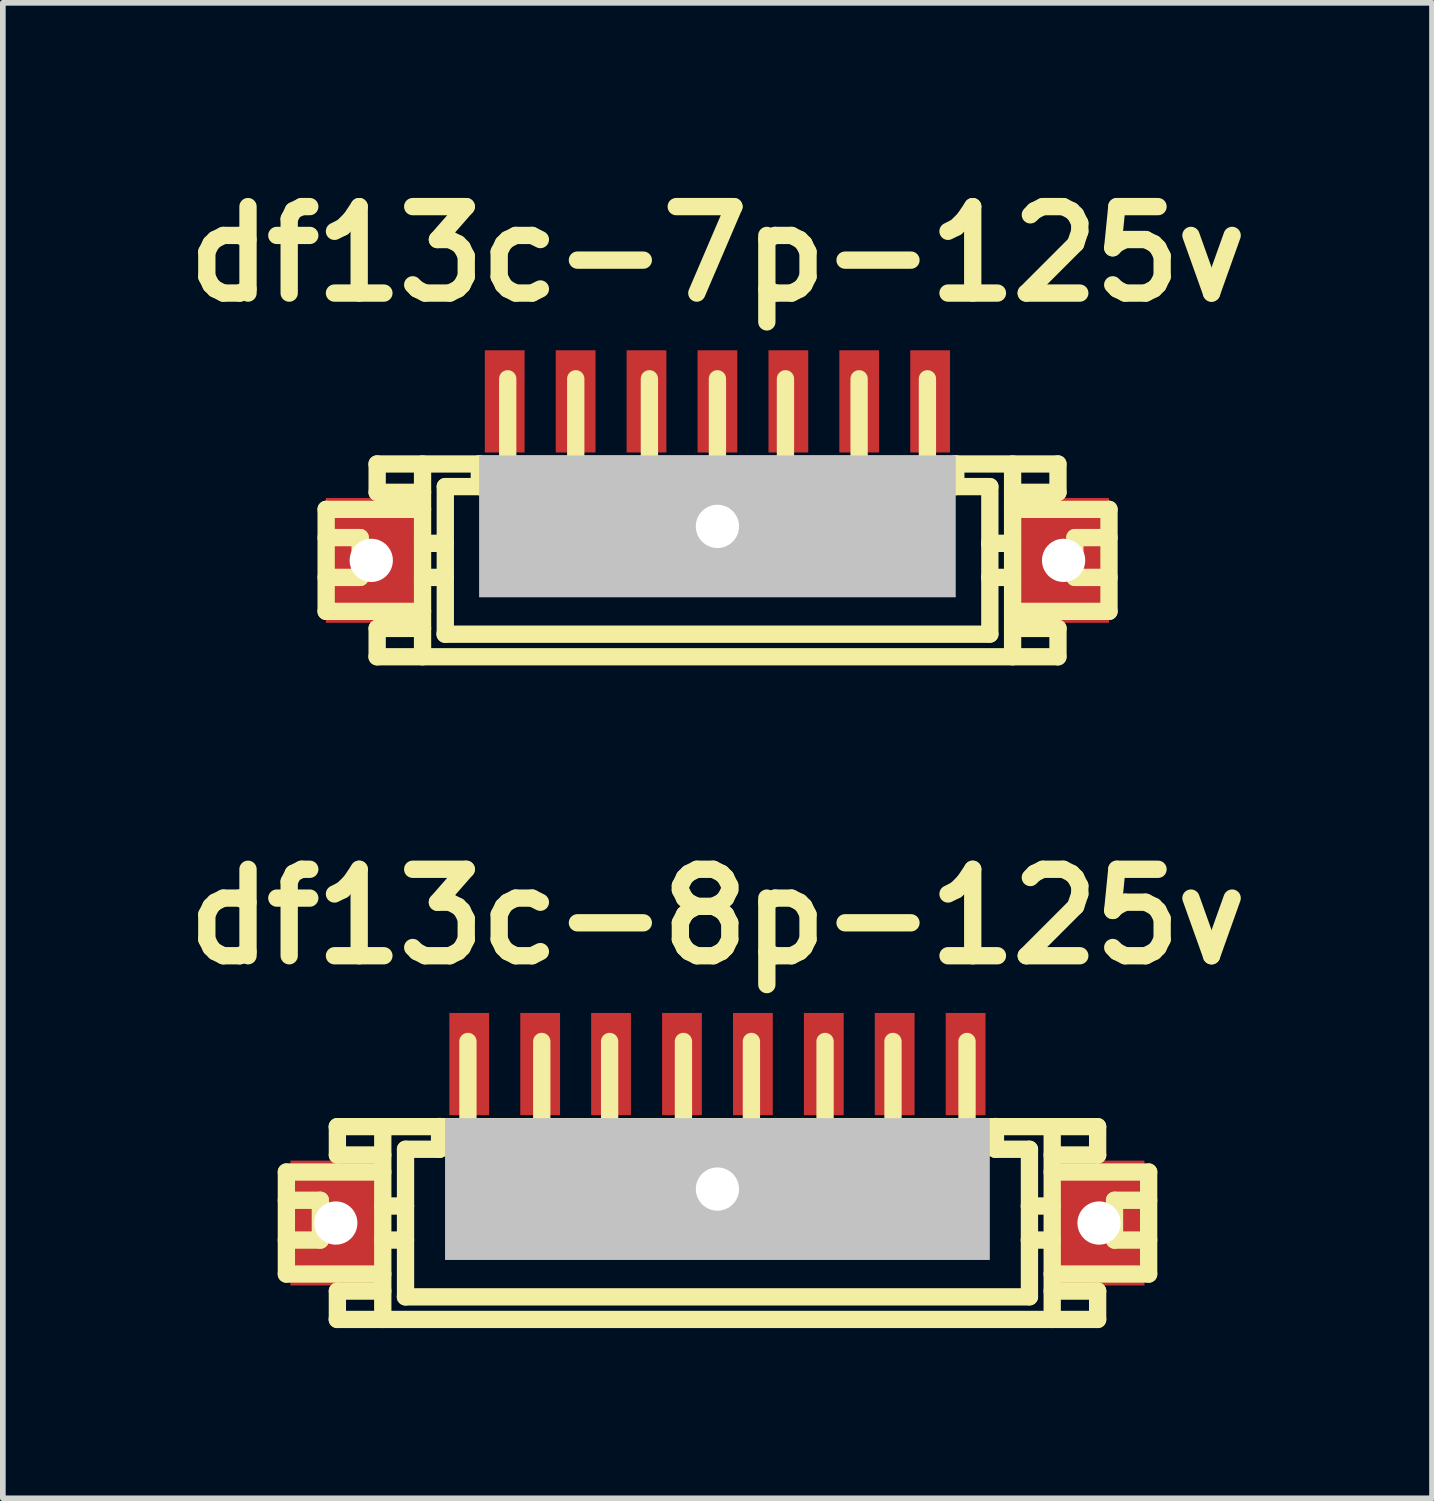
<source format=kicad_pcb>
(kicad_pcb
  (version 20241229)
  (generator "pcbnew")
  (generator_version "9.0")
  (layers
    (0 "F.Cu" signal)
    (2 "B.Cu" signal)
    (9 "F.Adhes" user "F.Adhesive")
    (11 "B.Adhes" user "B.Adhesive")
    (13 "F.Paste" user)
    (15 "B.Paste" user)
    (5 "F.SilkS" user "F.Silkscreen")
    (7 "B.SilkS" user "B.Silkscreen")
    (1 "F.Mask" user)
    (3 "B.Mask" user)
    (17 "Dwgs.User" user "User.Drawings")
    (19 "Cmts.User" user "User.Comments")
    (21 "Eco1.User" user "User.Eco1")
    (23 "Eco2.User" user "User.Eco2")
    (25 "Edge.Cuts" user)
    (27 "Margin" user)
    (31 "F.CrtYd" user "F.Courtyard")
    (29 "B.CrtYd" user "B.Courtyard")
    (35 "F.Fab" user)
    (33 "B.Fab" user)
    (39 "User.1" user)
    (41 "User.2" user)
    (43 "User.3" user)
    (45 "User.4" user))
  (footprint "df13c-7p-125v"
    (layer "F.Cu")
    (at 9.594 6.026)
    (property "Reference" "df13c-7p-125v" (at 0 -4.6 0) (layer "F.SilkS") (effects (font (size 1.524 1.524) (thickness 0.305))))
    (attr through_hole)
    (fp_line (start -6.896 -0.099) (end -5.197 -0.099) (stroke (width 0.305) (type solid)) (layer "F.SilkS"))
    (fp_line (start -6.896 0.399) (end -6.297 0.399) (stroke (width 0.305) (type solid)) (layer "F.SilkS"))
    (fp_line (start -6.896 1.699) (end -6.896 -0.099) (stroke (width 0.305) (type solid)) (layer "F.SilkS"))
    (fp_line (start -6.896 1.699) (end -5.197 1.699) (stroke (width 0.305) (type solid)) (layer "F.SilkS"))
    (fp_line (start -6.297 0.399) (end -6.297 1.1) (stroke (width 0.305) (type solid)) (layer "F.SilkS"))
    (fp_line (start -6.297 1.1) (end -6.896 1.1) (stroke (width 0.305) (type solid)) (layer "F.SilkS"))
    (fp_line (start -5.999 -0.899) (end 5.999 -0.899) (stroke (width 0.305) (type solid)) (layer "F.SilkS"))
    (fp_line (start -5.999 2.499) (end 5.999 2.499) (stroke (width 0.305) (type solid)) (layer "F.SilkS"))
    (fp_line (start -5.997 -0.399) (end -5.997 -0.899) (stroke (width 0.305) (type solid)) (layer "F.SilkS"))
    (fp_line (start -5.997 2.499) (end -5.997 1.999) (stroke (width 0.305) (type solid)) (layer "F.SilkS"))
    (fp_line (start -5.197 -0.899) (end -5.197 2.499) (stroke (width 0.305) (type solid)) (layer "F.SilkS"))
    (fp_line (start -5.197 -0.399) (end -5.997 -0.399) (stroke (width 0.305) (type solid)) (layer "F.SilkS"))
    (fp_line (start -5.197 0.5) (end -4.796 0.5) (stroke (width 0.305) (type solid)) (layer "F.SilkS"))
    (fp_line (start -5.197 1.1) (end -4.796 1.1) (stroke (width 0.305) (type solid)) (layer "F.SilkS"))
    (fp_line (start -5.197 1.999) (end -5.997 1.999) (stroke (width 0.305) (type solid)) (layer "F.SilkS"))
    (fp_line (start -4.796 -0.5) (end -4.196 -0.5) (stroke (width 0.305) (type solid)) (layer "F.SilkS"))
    (fp_line (start -4.796 2.101) (end -4.796 -0.5) (stroke (width 0.305) (type solid)) (layer "F.SilkS"))
    (fp_line (start -4.196 -0.902) (end -4.196 -0.5) (stroke (width 0.305) (type solid)) (layer "F.SilkS"))
    (fp_line (start -3.797 0.998) (end -3.797 1.199) (stroke (width 0.305) (type solid)) (layer "F.SilkS"))
    (fp_line (start -3.797 1.199) (end -3.597 1.199) (stroke (width 0.305) (type solid)) (layer "F.SilkS"))
    (fp_line (start -3.696 -0.902) (end -3.696 -2.4) (stroke (width 0.305) (type solid)) (layer "F.SilkS"))
    (fp_line (start -3.597 0.998) (end -3.797 0.998) (stroke (width 0.305) (type solid)) (layer "F.SilkS"))
    (fp_line (start -3.597 1.199) (end -3.597 0.998) (stroke (width 0.305) (type solid)) (layer "F.SilkS"))
    (fp_line (start -2.598 1.001) (end -2.4 1.001) (stroke (width 0.305) (type solid)) (layer "F.SilkS"))
    (fp_line (start -2.598 1.199) (end -2.598 1.001) (stroke (width 0.305) (type solid)) (layer "F.SilkS"))
    (fp_line (start -2.497 -0.899) (end -2.497 -2.4) (stroke (width 0.305) (type solid)) (layer "F.SilkS"))
    (fp_line (start -2.4 1.001) (end -2.4 1.199) (stroke (width 0.305) (type solid)) (layer "F.SilkS"))
    (fp_line (start -2.4 1.199) (end -2.598 1.199) (stroke (width 0.305) (type solid)) (layer "F.SilkS"))
    (fp_line (start -1.298 1.001) (end -1.1 1.001) (stroke (width 0.305) (type solid)) (layer "F.SilkS"))
    (fp_line (start -1.298 1.199) (end -1.298 1.001) (stroke (width 0.305) (type solid)) (layer "F.SilkS"))
    (fp_line (start -1.199 -2.4) (end -1.199 -0.899) (stroke (width 0.305) (type solid)) (layer "F.SilkS"))
    (fp_line (start -1.1 1.001) (end -1.1 1.199) (stroke (width 0.305) (type solid)) (layer "F.SilkS"))
    (fp_line (start -1.1 1.199) (end -1.298 1.199) (stroke (width 0.305) (type solid)) (layer "F.SilkS"))
    (fp_line (start -0.099 1.001) (end 0.099 1.001) (stroke (width 0.305) (type solid)) (layer "F.SilkS"))
    (fp_line (start -0.099 1.199) (end -0.099 1.001) (stroke (width 0.305) (type solid)) (layer "F.SilkS"))
    (fp_line (start 0 -0.899) (end 0 -2.4) (stroke (width 0.305) (type solid)) (layer "F.SilkS"))
    (fp_line (start 0.099 1.001) (end 0.099 1.199) (stroke (width 0.305) (type solid)) (layer "F.SilkS"))
    (fp_line (start 0.099 1.199) (end -0.099 1.199) (stroke (width 0.305) (type solid)) (layer "F.SilkS"))
    (fp_line (start 1.097 1.001) (end 1.298 1.001) (stroke (width 0.305) (type solid)) (layer "F.SilkS"))
    (fp_line (start 1.097 1.199) (end 1.097 1.001) (stroke (width 0.305) (type solid)) (layer "F.SilkS"))
    (fp_line (start 1.199 -0.899) (end 1.199 -2.4) (stroke (width 0.305) (type solid)) (layer "F.SilkS"))
    (fp_line (start 1.298 1.001) (end 1.298 1.199) (stroke (width 0.305) (type solid)) (layer "F.SilkS"))
    (fp_line (start 1.298 1.199) (end 1.097 1.199) (stroke (width 0.305) (type solid)) (layer "F.SilkS"))
    (fp_line (start 2.398 1.001) (end 2.596 1.001) (stroke (width 0.305) (type solid)) (layer "F.SilkS"))
    (fp_line (start 2.398 1.199) (end 2.398 1.001) (stroke (width 0.305) (type solid)) (layer "F.SilkS"))
    (fp_line (start 2.497 -0.899) (end 2.497 -2.4) (stroke (width 0.305) (type solid)) (layer "F.SilkS"))
    (fp_line (start 2.596 1.001) (end 2.596 1.199) (stroke (width 0.305) (type solid)) (layer "F.SilkS"))
    (fp_line (start 2.596 1.199) (end 2.398 1.199) (stroke (width 0.305) (type solid)) (layer "F.SilkS"))
    (fp_line (start 3.602 0.998) (end 3.802 0.998) (stroke (width 0.305) (type solid)) (layer "F.SilkS"))
    (fp_line (start 3.602 1.199) (end 3.602 0.998) (stroke (width 0.305) (type solid)) (layer "F.SilkS"))
    (fp_line (start 3.701 -0.902) (end 3.701 -2.4) (stroke (width 0.305) (type solid)) (layer "F.SilkS"))
    (fp_line (start 3.802 0.998) (end 3.802 1.199) (stroke (width 0.305) (type solid)) (layer "F.SilkS"))
    (fp_line (start 3.802 1.199) (end 3.602 1.199) (stroke (width 0.305) (type solid)) (layer "F.SilkS"))
    (fp_line (start 4.201 -0.5) (end 4.201 -0.902) (stroke (width 0.305) (type solid)) (layer "F.SilkS"))
    (fp_line (start 4.798 1.1) (end 5.199 1.1) (stroke (width 0.305) (type solid)) (layer "F.SilkS"))
    (fp_line (start 4.801 -0.5) (end 4.201 -0.5) (stroke (width 0.305) (type solid)) (layer "F.SilkS"))
    (fp_line (start 4.801 2.098) (end 4.801 -0.5) (stroke (width 0.305) (type solid)) (layer "F.SilkS"))
    (fp_line (start 4.801 2.101) (end -4.801 2.101) (stroke (width 0.305) (type solid)) (layer "F.SilkS"))
    (fp_line (start 5.199 0.5) (end 4.798 0.5) (stroke (width 0.305) (type solid)) (layer "F.SilkS"))
    (fp_line (start 5.202 -0.899) (end 5.202 2.499) (stroke (width 0.305) (type solid)) (layer "F.SilkS"))
    (fp_line (start 6.002 -0.399) (end 5.202 -0.399) (stroke (width 0.305) (type solid)) (layer "F.SilkS"))
    (fp_line (start 6.002 -0.399) (end 6.002 -0.899) (stroke (width 0.305) (type solid)) (layer "F.SilkS"))
    (fp_line (start 6.002 1.999) (end 5.202 1.999) (stroke (width 0.305) (type solid)) (layer "F.SilkS"))
    (fp_line (start 6.002 2.499) (end 6.002 1.999) (stroke (width 0.305) (type solid)) (layer "F.SilkS"))
    (fp_line (start 6.299 0.399) (end 6.299 1.1) (stroke (width 0.305) (type solid)) (layer "F.SilkS"))
    (fp_line (start 6.302 0.399) (end 6.901 0.399) (stroke (width 0.305) (type solid)) (layer "F.SilkS"))
    (fp_line (start 6.302 1.1) (end 6.901 1.1) (stroke (width 0.305) (type solid)) (layer "F.SilkS"))
    (fp_line (start 6.901 -0.099) (end 5.202 -0.099) (stroke (width 0.305) (type solid)) (layer "F.SilkS"))
    (fp_line (start 6.901 -0.099) (end 6.901 1.699) (stroke (width 0.305) (type solid)) (layer "F.SilkS"))
    (fp_line (start 6.901 1.699) (end 5.202 1.699) (stroke (width 0.305) (type solid)) (layer "F.SilkS"))
    (pad "" np_thru_hole rect (at -6.101 0.8) (size 1.6 2.2) (drill 0.762) (layers "F.Cu" "F.Mask" "F.Paste"))
    (pad "" np_thru_hole rect (at 0 0.201) (size 8.4 2.499) (drill 0.762) (layers "Dwgs.User"))
    (pad "" np_thru_hole rect (at 6.101 0.8) (size 1.6 2.2) (drill 0.762) (layers "F.Cu" "F.Mask" "F.Paste"))
    (pad "1" smd rect (at -3.749 -2.002) (size 0.701 1.801) (layers "F.Cu" "F.Mask" "F.Paste"))
    (pad "2" smd rect (at -2.499 -2.002) (size 0.701 1.801) (layers "F.Cu" "F.Mask" "F.Paste"))
    (pad "3" smd rect (at -1.25 -2.002) (size 0.701 1.801) (layers "F.Cu" "F.Mask" "F.Paste"))
    (pad "4" smd rect (at 0 -2.002) (size 0.701 1.801) (layers "F.Cu" "F.Mask" "F.Paste"))
    (pad "5" smd rect (at 1.25 -2.002) (size 0.701 1.801) (layers "F.Cu" "F.Mask" "F.Paste"))
    (pad "6" smd rect (at 2.499 -2.002) (size 0.701 1.801) (layers "F.Cu" "F.Mask" "F.Paste"))
    (pad "7" smd rect (at 3.749 -2.002) (size 0.701 1.801) (layers "F.Cu" "F.Mask" "F.Paste")))
  (footprint "df13c-8p-125v"
    (layer "F.Cu")
    (at 9.594 17.705)
    (property "Reference" "df13c-8p-125v" (at 0 -4.6 0) (layer "F.SilkS") (effects (font (size 1.524 1.524) (thickness 0.305))))
    (attr through_hole)
    (fp_line (start -7.597 -0.099) (end -5.898 -0.099) (stroke (width 0.305) (type solid)) (layer "F.SilkS"))
    (fp_line (start -7.597 0.399) (end -6.998 0.399) (stroke (width 0.305) (type solid)) (layer "F.SilkS"))
    (fp_line (start -7.597 1.699) (end -7.597 -0.099) (stroke (width 0.305) (type solid)) (layer "F.SilkS"))
    (fp_line (start -7.597 1.699) (end -5.898 1.699) (stroke (width 0.305) (type solid)) (layer "F.SilkS"))
    (fp_line (start -6.998 0.399) (end -6.998 1.1) (stroke (width 0.305) (type solid)) (layer "F.SilkS"))
    (fp_line (start -6.998 1.1) (end -7.597 1.1) (stroke (width 0.305) (type solid)) (layer "F.SilkS"))
    (fp_line (start -6.698 -0.399) (end -6.698 -0.899) (stroke (width 0.305) (type solid)) (layer "F.SilkS"))
    (fp_line (start -6.698 2.499) (end -6.698 1.999) (stroke (width 0.305) (type solid)) (layer "F.SilkS"))
    (fp_line (start -5.898 -0.899) (end -5.898 2.499) (stroke (width 0.305) (type solid)) (layer "F.SilkS"))
    (fp_line (start -5.898 -0.399) (end -6.698 -0.399) (stroke (width 0.305) (type solid)) (layer "F.SilkS"))
    (fp_line (start -5.898 0.5) (end -5.497 0.5) (stroke (width 0.305) (type solid)) (layer "F.SilkS"))
    (fp_line (start -5.898 1.1) (end -5.497 1.1) (stroke (width 0.305) (type solid)) (layer "F.SilkS"))
    (fp_line (start -5.898 1.999) (end -6.698 1.999) (stroke (width 0.305) (type solid)) (layer "F.SilkS"))
    (fp_line (start -5.499 2.101) (end 5.499 2.101) (stroke (width 0.305) (type solid)) (layer "F.SilkS"))
    (fp_line (start -5.497 -0.5) (end -4.897 -0.5) (stroke (width 0.305) (type solid)) (layer "F.SilkS"))
    (fp_line (start -5.497 2.101) (end -5.497 -0.5) (stroke (width 0.305) (type solid)) (layer "F.SilkS"))
    (fp_line (start -4.897 -0.902) (end -4.897 -0.5) (stroke (width 0.305) (type solid)) (layer "F.SilkS"))
    (fp_line (start -4.498 0.998) (end -4.498 1.199) (stroke (width 0.305) (type solid)) (layer "F.SilkS"))
    (fp_line (start -4.498 1.199) (end -4.298 1.199) (stroke (width 0.305) (type solid)) (layer "F.SilkS"))
    (fp_line (start -4.397 -0.902) (end -4.397 -2.4) (stroke (width 0.305) (type solid)) (layer "F.SilkS"))
    (fp_line (start -4.298 0.998) (end -4.498 0.998) (stroke (width 0.305) (type solid)) (layer "F.SilkS"))
    (fp_line (start -4.298 1.199) (end -4.298 0.998) (stroke (width 0.305) (type solid)) (layer "F.SilkS"))
    (fp_line (start -3.2 1.001) (end -3.002 1.001) (stroke (width 0.305) (type solid)) (layer "F.SilkS"))
    (fp_line (start -3.2 1.199) (end -3.2 1.001) (stroke (width 0.305) (type solid)) (layer "F.SilkS"))
    (fp_line (start -3.096 -0.899) (end -3.096 -2.4) (stroke (width 0.305) (type solid)) (layer "F.SilkS"))
    (fp_line (start -3.002 1.001) (end -3.002 1.199) (stroke (width 0.305) (type solid)) (layer "F.SilkS"))
    (fp_line (start -3.002 1.199) (end -3.2 1.199) (stroke (width 0.305) (type solid)) (layer "F.SilkS"))
    (fp_line (start -1.999 1.001) (end -1.801 1.001) (stroke (width 0.305) (type solid)) (layer "F.SilkS"))
    (fp_line (start -1.999 1.199) (end -1.999 1.001) (stroke (width 0.305) (type solid)) (layer "F.SilkS"))
    (fp_line (start -1.9 -2.4) (end -1.9 -0.899) (stroke (width 0.305) (type solid)) (layer "F.SilkS"))
    (fp_line (start -1.801 1.001) (end -1.801 1.199) (stroke (width 0.305) (type solid)) (layer "F.SilkS"))
    (fp_line (start -1.801 1.199) (end -1.999 1.199) (stroke (width 0.305) (type solid)) (layer "F.SilkS"))
    (fp_line (start -0.699 1.001) (end -0.5 1.001) (stroke (width 0.305) (type solid)) (layer "F.SilkS"))
    (fp_line (start -0.699 1.199) (end -0.699 1.001) (stroke (width 0.305) (type solid)) (layer "F.SilkS"))
    (fp_line (start -0.599 -0.899) (end -0.599 -2.4) (stroke (width 0.305) (type solid)) (layer "F.SilkS"))
    (fp_line (start -0.5 1.001) (end -0.5 1.199) (stroke (width 0.305) (type solid)) (layer "F.SilkS"))
    (fp_line (start -0.5 1.199) (end -0.699 1.199) (stroke (width 0.305) (type solid)) (layer "F.SilkS"))
    (fp_line (start 0.498 1.001) (end 0.699 1.001) (stroke (width 0.305) (type solid)) (layer "F.SilkS"))
    (fp_line (start 0.498 1.199) (end 0.498 1.001) (stroke (width 0.305) (type solid)) (layer "F.SilkS"))
    (fp_line (start 0.599 -2.4) (end 0.599 -0.899) (stroke (width 0.305) (type solid)) (layer "F.SilkS"))
    (fp_line (start 0.699 1.001) (end 0.699 1.199) (stroke (width 0.305) (type solid)) (layer "F.SilkS"))
    (fp_line (start 0.699 1.199) (end 0.498 1.199) (stroke (width 0.305) (type solid)) (layer "F.SilkS"))
    (fp_line (start 1.796 1.001) (end 1.994 1.001) (stroke (width 0.305) (type solid)) (layer "F.SilkS"))
    (fp_line (start 1.796 1.199) (end 1.796 1.001) (stroke (width 0.305) (type solid)) (layer "F.SilkS"))
    (fp_line (start 1.897 -0.899) (end 1.897 -2.4) (stroke (width 0.305) (type solid)) (layer "F.SilkS"))
    (fp_line (start 1.994 1.001) (end 1.994 1.199) (stroke (width 0.305) (type solid)) (layer "F.SilkS"))
    (fp_line (start 1.994 1.199) (end 1.796 1.199) (stroke (width 0.305) (type solid)) (layer "F.SilkS"))
    (fp_line (start 3 0.998) (end 3.2 0.998) (stroke (width 0.305) (type solid)) (layer "F.SilkS"))
    (fp_line (start 3 1.199) (end 3 0.998) (stroke (width 0.305) (type solid)) (layer "F.SilkS"))
    (fp_line (start 3.094 -0.899) (end 3.094 -2.4) (stroke (width 0.305) (type solid)) (layer "F.SilkS"))
    (fp_line (start 3.2 0.998) (end 3.2 1.199) (stroke (width 0.305) (type solid)) (layer "F.SilkS"))
    (fp_line (start 3.2 1.199) (end 3 1.199) (stroke (width 0.305) (type solid)) (layer "F.SilkS"))
    (fp_line (start 4.3 1.001) (end 4.501 1.001) (stroke (width 0.305) (type solid)) (layer "F.SilkS"))
    (fp_line (start 4.3 1.199) (end 4.3 1.001) (stroke (width 0.305) (type solid)) (layer "F.SilkS"))
    (fp_line (start 4.399 -0.902) (end 4.399 -2.4) (stroke (width 0.305) (type solid)) (layer "F.SilkS"))
    (fp_line (start 4.501 1.001) (end 4.501 1.199) (stroke (width 0.305) (type solid)) (layer "F.SilkS"))
    (fp_line (start 4.501 1.199) (end 4.3 1.199) (stroke (width 0.305) (type solid)) (layer "F.SilkS"))
    (fp_line (start 4.9 -0.5) (end 4.9 -0.902) (stroke (width 0.305) (type solid)) (layer "F.SilkS"))
    (fp_line (start 5.497 1.1) (end 5.898 1.1) (stroke (width 0.305) (type solid)) (layer "F.SilkS"))
    (fp_line (start 5.499 -0.5) (end 4.9 -0.5) (stroke (width 0.305) (type solid)) (layer "F.SilkS"))
    (fp_line (start 5.499 2.098) (end 5.499 -0.5) (stroke (width 0.305) (type solid)) (layer "F.SilkS"))
    (fp_line (start 5.898 0.5) (end 5.497 0.5) (stroke (width 0.305) (type solid)) (layer "F.SilkS"))
    (fp_line (start 5.9 -0.899) (end 5.9 2.499) (stroke (width 0.305) (type solid)) (layer "F.SilkS"))
    (fp_line (start 6.701 -0.899) (end -6.701 -0.899) (stroke (width 0.305) (type solid)) (layer "F.SilkS"))
    (fp_line (start 6.701 -0.399) (end 5.9 -0.399) (stroke (width 0.305) (type solid)) (layer "F.SilkS"))
    (fp_line (start 6.701 -0.399) (end 6.701 -0.899) (stroke (width 0.305) (type solid)) (layer "F.SilkS"))
    (fp_line (start 6.701 1.999) (end 5.9 1.999) (stroke (width 0.305) (type solid)) (layer "F.SilkS"))
    (fp_line (start 6.701 2.499) (end -6.701 2.499) (stroke (width 0.305) (type solid)) (layer "F.SilkS"))
    (fp_line (start 6.701 2.499) (end 6.701 1.999) (stroke (width 0.305) (type solid)) (layer "F.SilkS"))
    (fp_line (start 6.998 0.399) (end 6.998 1.1) (stroke (width 0.305) (type solid)) (layer "F.SilkS"))
    (fp_line (start 7 0.399) (end 7.6 0.399) (stroke (width 0.305) (type solid)) (layer "F.SilkS"))
    (fp_line (start 7 1.1) (end 7.6 1.1) (stroke (width 0.305) (type solid)) (layer "F.SilkS"))
    (fp_line (start 7.6 -0.099) (end 5.9 -0.099) (stroke (width 0.305) (type solid)) (layer "F.SilkS"))
    (fp_line (start 7.6 -0.099) (end 7.6 1.699) (stroke (width 0.305) (type solid)) (layer "F.SilkS"))
    (fp_line (start 7.6 1.699) (end 5.9 1.699) (stroke (width 0.305) (type solid)) (layer "F.SilkS"))
    (pad "" np_thru_hole rect (at -6.726 0.8) (size 1.6 2.2) (drill 0.762) (layers "F.Cu" "F.Mask" "F.Paste"))
    (pad "" np_thru_hole rect (at 0 0.201) (size 9.601 2.499) (drill 0.762) (layers "Dwgs.User"))
    (pad "" np_thru_hole rect (at 6.726 0.8) (size 1.6 2.2) (drill 0.762) (layers "F.Cu" "F.Mask" "F.Paste"))
    (pad "1" smd rect (at -4.374 -2.002) (size 0.701 1.801) (layers "F.Cu" "F.Mask" "F.Paste"))
    (pad "2" smd rect (at -3.124 -2.002) (size 0.701 1.801) (layers "F.Cu" "F.Mask" "F.Paste"))
    (pad "3" smd rect (at -1.875 -2.002) (size 0.701 1.801) (layers "F.Cu" "F.Mask" "F.Paste"))
    (pad "4" smd rect (at -0.625 -2.002) (size 0.701 1.801) (layers "F.Cu" "F.Mask" "F.Paste"))
    (pad "5" smd rect (at 0.625 -2.002) (size 0.701 1.801) (layers "F.Cu" "F.Mask" "F.Paste"))
    (pad "6" smd rect (at 1.875 -2.002) (size 0.701 1.801) (layers "F.Cu" "F.Mask" "F.Paste"))
    (pad "7" smd rect (at 3.124 -2.002) (size 0.701 1.801) (layers "F.Cu" "F.Mask" "F.Paste"))
    (pad "8" smd rect (at 4.374 -2.002) (size 0.701 1.801) (layers "F.Cu" "F.Mask" "F.Paste")))
  (gr_rect
    (start -3 -3)
    (end 22.188 23.356)
    (stroke (width 0.1) (type default))
    (fill no)
    (layer "Edge.Cuts")))
</source>
